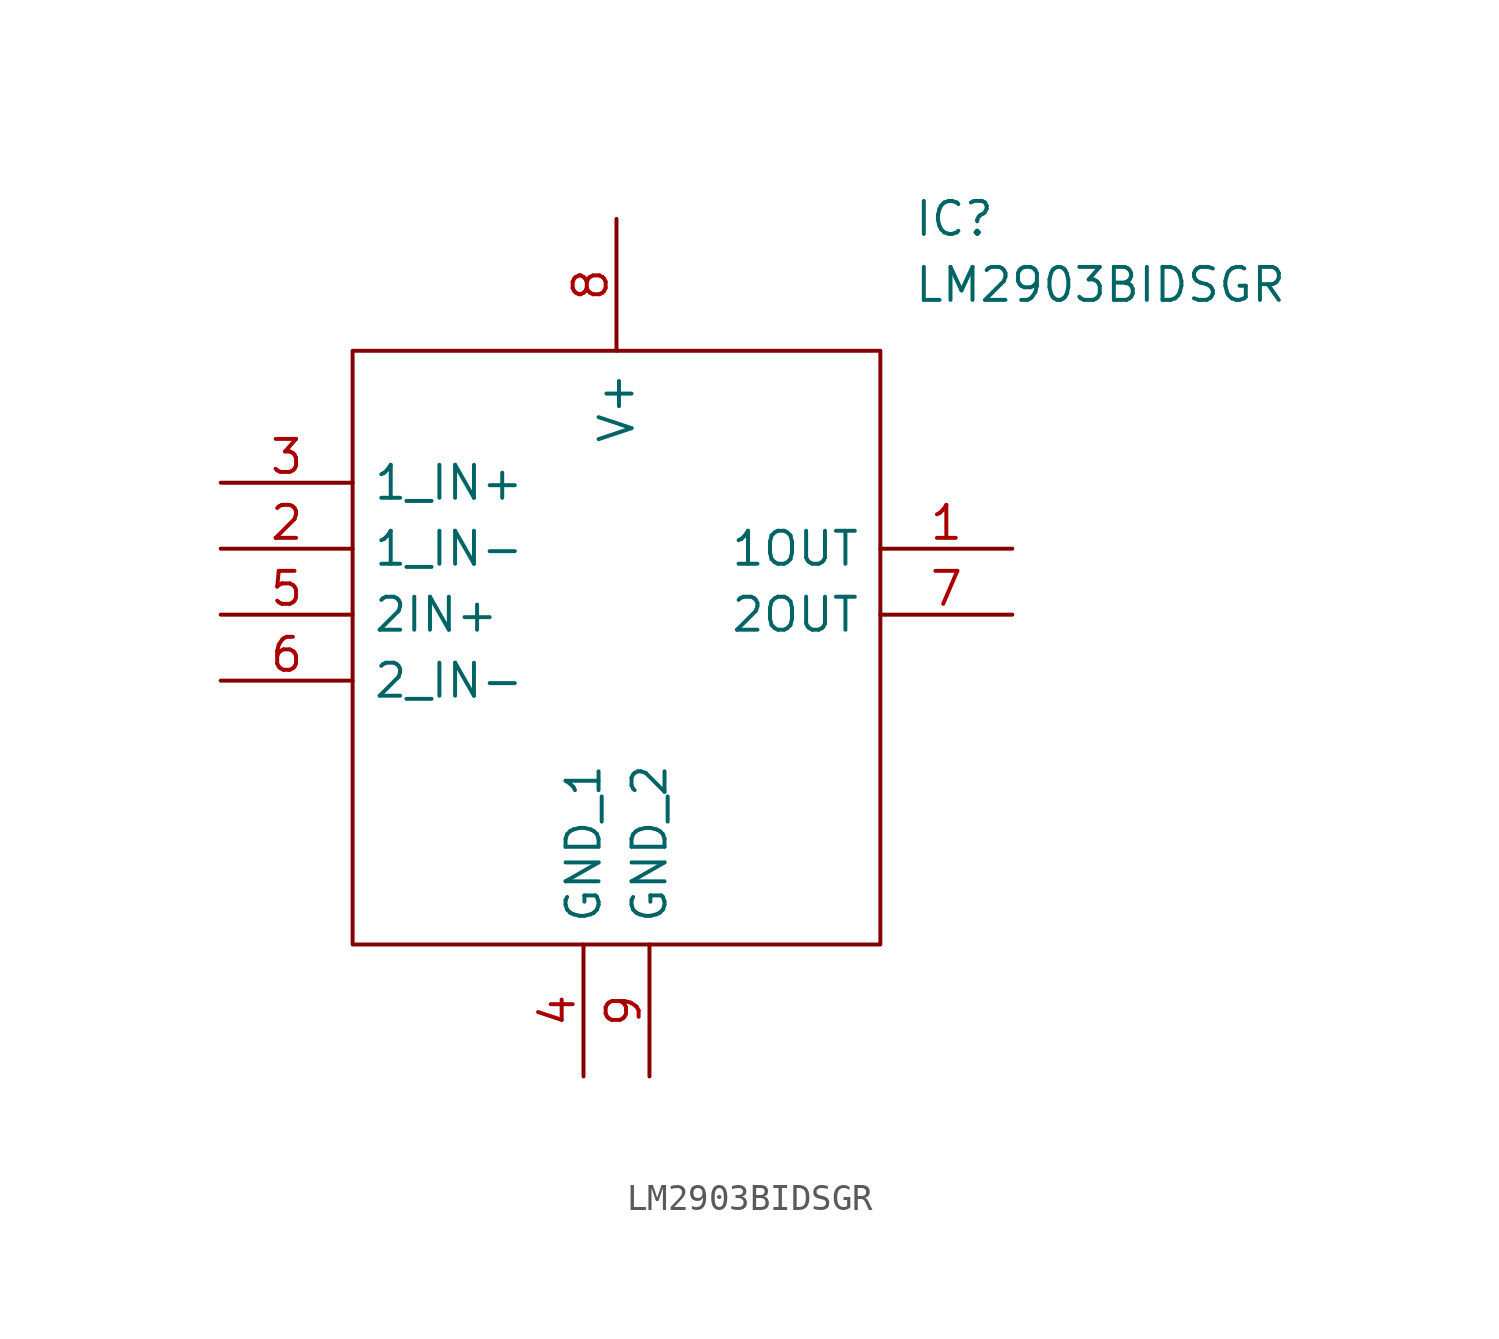
<source format=kicad_sym>
(kicad_symbol_lib
  (version 20211014)
  (generator kicad_symbol_editor)
  (symbol "LM2903BIDSGR"
    (pin_names
      (offset 0.762))
    (property "Reference" "IC"
      (at 26.67 7.62 0)
      (effects (font (size 1.27 1.27)) (justify left)))
    (property "Value" "LM2903BIDSGR"
      (at 26.67 5.08 0)
      (effects (font (size 1.27 1.27)) (justify left)))
    (symbol "LM2903BIDSGR_0_0"
      (pin passive line (at 30.48 -5.08 180) (length 5.08) (name "1OUT" (effects (font (size 1.27 1.27)))) (number "1" (effects (font (size 1.27 1.27)))))
      (pin passive line (at 0 -5.08 0) (length 5.08) (name "1_IN-" (effects (font (size 1.27 1.27)))) (number "2" (effects (font (size 1.27 1.27)))))
      (pin passive line (at 0 -2.54 0) (length 5.08) (name "1_IN+" (effects (font (size 1.27 1.27)))) (number "3" (effects (font (size 1.27 1.27)))))
      (pin passive line (at 13.97 -25.4 90) (length 5.08) (name "GND_1" (effects (font (size 1.27 1.27)))) (number "4" (effects (font (size 1.27 1.27)))))
      (pin passive line (at 0 -7.62 0) (length 5.08) (name "2IN+" (effects (font (size 1.27 1.27)))) (number "5" (effects (font (size 1.27 1.27)))))
      (pin passive line (at 0 -10.16 0) (length 5.08) (name "2_IN-" (effects (font (size 1.27 1.27)))) (number "6" (effects (font (size 1.27 1.27)))))
      (pin passive line (at 30.48 -7.62 180) (length 5.08) (name "2OUT" (effects (font (size 1.27 1.27)))) (number "7" (effects (font (size 1.27 1.27)))))
      (pin passive line (at 15.24 7.62 270) (length 5.08) (name "V+" (effects (font (size 1.27 1.27)))) (number "8" (effects (font (size 1.27 1.27)))))
      (pin passive line (at 16.51 -25.4 90) (length 5.08) (name "GND_2" (effects (font (size 1.27 1.27)))) (number "9" (effects (font (size 1.27 1.27))))))
    (symbol "LM2903BIDSGR_0_1"
      (polyline (pts (xy 5.08 2.54) (xy 25.4 2.54) (xy 25.4 -20.32) (xy 5.08 -20.32) (xy 5.08 2.54)) (stroke (width 0.152) (type default) (color 0 0 0 0)) (fill (type none))))))
</source>
